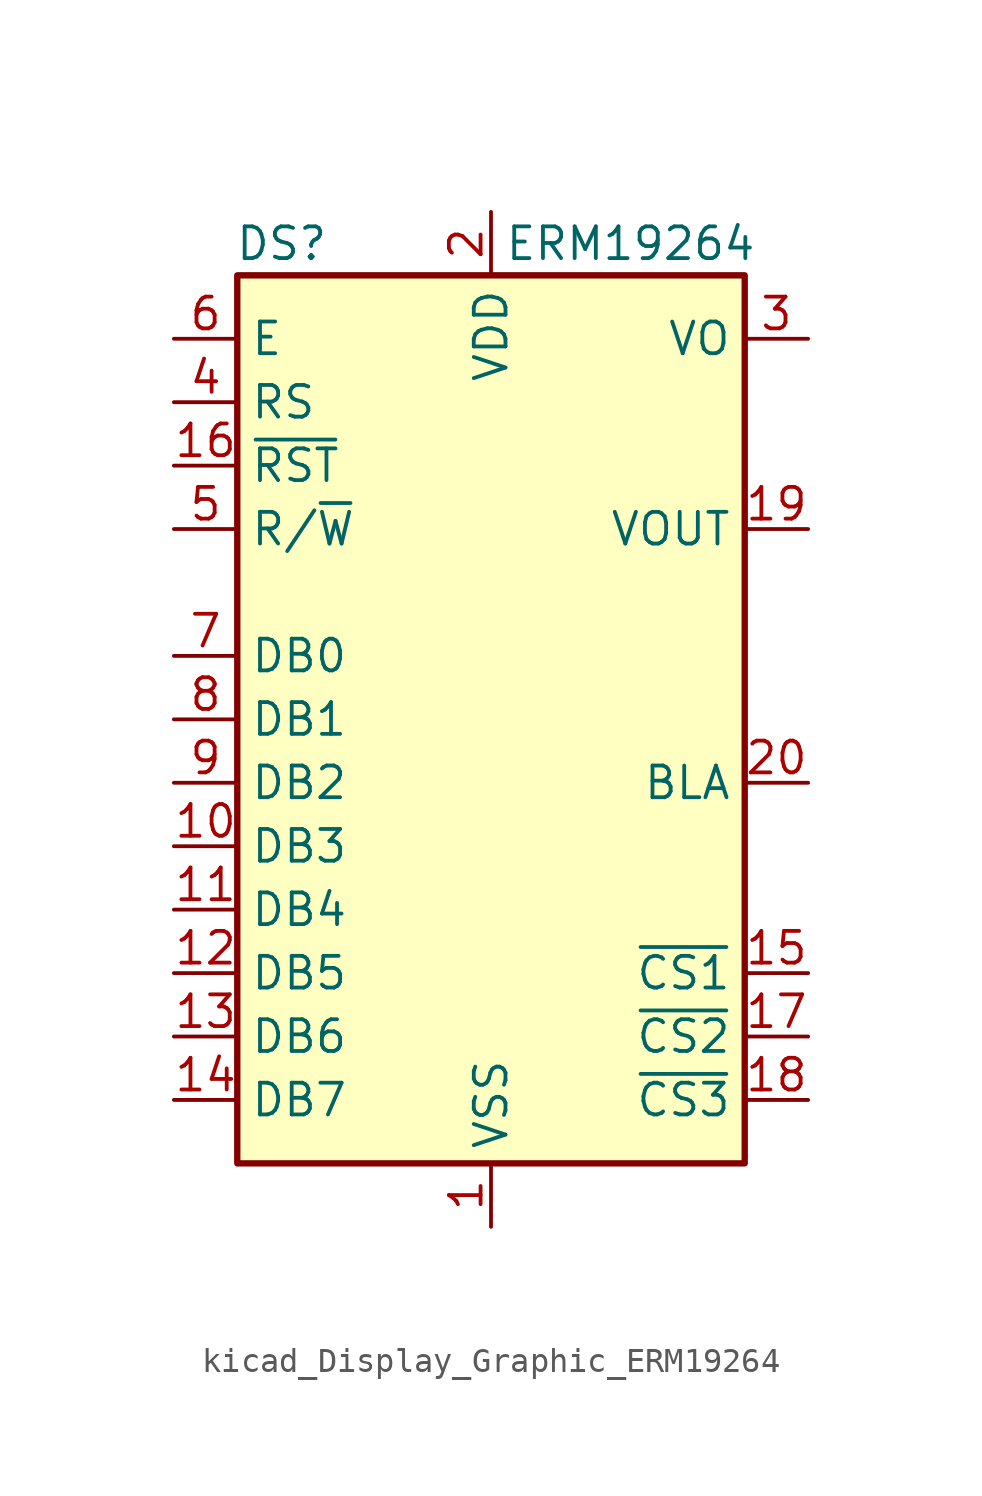
<source format=kicad_sym>
(kicad_symbol_lib
  (version 20220914)
  (generator kicad_symbol_editor)
  (symbol "kicad_Display_Graphic_ERM19264"
    (property "Reference" "DS"
      (at -8.382 19.05 0)
      (effects (font (size 1.27 1.27))))
    (property "Value" "ERM19264"
      (at 5.588 19.05 0)
      (effects (font (size 1.27 1.27))))
    (symbol "kicad_Display_Graphic_ERM19264_0_0"
      (pin input line (at 12.7 -15.24 180) (length 2.54) (name "~{CS3}" (effects (font (size 1.27 1.27)))) (number "18" (effects (font (size 1.27 1.27))))))
    (symbol "kicad_Display_Graphic_ERM19264_0_1"
      (rectangle (start -10.16 17.78) (end 10.16 -17.78) (stroke (width 0.254) (type default)) (fill (type background))))
    (symbol "kicad_Display_Graphic_ERM19264_1_1"
      (pin power_in line (at 0 -20.32 90) (length 2.54) (name "VSS" (effects (font (size 1.27 1.27)))) (number "1" (effects (font (size 1.27 1.27)))))
      (pin bidirectional line (at -12.7 -5.08 0) (length 2.54) (name "DB3" (effects (font (size 1.27 1.27)))) (number "10" (effects (font (size 1.27 1.27)))))
      (pin bidirectional line (at -12.7 -7.62 0) (length 2.54) (name "DB4" (effects (font (size 1.27 1.27)))) (number "11" (effects (font (size 1.27 1.27)))))
      (pin bidirectional line (at -12.7 -10.16 0) (length 2.54) (name "DB5" (effects (font (size 1.27 1.27)))) (number "12" (effects (font (size 1.27 1.27)))))
      (pin bidirectional line (at -12.7 -12.7 0) (length 2.54) (name "DB6" (effects (font (size 1.27 1.27)))) (number "13" (effects (font (size 1.27 1.27)))))
      (pin bidirectional line (at -12.7 -15.24 0) (length 2.54) (name "DB7" (effects (font (size 1.27 1.27)))) (number "14" (effects (font (size 1.27 1.27)))))
      (pin input line (at 12.7 -10.16 180) (length 2.54) (name "~{CS1}" (effects (font (size 1.27 1.27)))) (number "15" (effects (font (size 1.27 1.27)))))
      (pin input line (at -12.7 10.16 0) (length 2.54) (name "~{RST}" (effects (font (size 1.27 1.27)))) (number "16" (effects (font (size 1.27 1.27)))))
      (pin input line (at 12.7 -12.7 180) (length 2.54) (name "~{CS2}" (effects (font (size 1.27 1.27)))) (number "17" (effects (font (size 1.27 1.27)))))
      (pin passive line (at 12.7 7.62 180) (length 2.54) (name "VOUT" (effects (font (size 1.27 1.27)))) (number "19" (effects (font (size 1.27 1.27)))))
      (pin power_in line (at 0 20.32 270) (length 2.54) (name "VDD" (effects (font (size 1.27 1.27)))) (number "2" (effects (font (size 1.27 1.27)))))
      (pin passive line (at 12.7 -2.54 180) (length 2.54) (name "BLA" (effects (font (size 1.27 1.27)))) (number "20" (effects (font (size 1.27 1.27)))))
      (pin passive line (at 12.7 15.24 180) (length 2.54) (name "VO" (effects (font (size 1.27 1.27)))) (number "3" (effects (font (size 1.27 1.27)))))
      (pin input line (at -12.7 12.7 0) (length 2.54) (name "RS" (effects (font (size 1.27 1.27)))) (number "4" (effects (font (size 1.27 1.27)))))
      (pin input line (at -12.7 7.62 0) (length 2.54) (name "R/~{W}" (effects (font (size 1.27 1.27)))) (number "5" (effects (font (size 1.27 1.27)))))
      (pin input line (at -12.7 15.24 0) (length 2.54) (name "E" (effects (font (size 1.27 1.27)))) (number "6" (effects (font (size 1.27 1.27)))))
      (pin bidirectional line (at -12.7 2.54 0) (length 2.54) (name "DB0" (effects (font (size 1.27 1.27)))) (number "7" (effects (font (size 1.27 1.27)))))
      (pin bidirectional line (at -12.7 0 0) (length 2.54) (name "DB1" (effects (font (size 1.27 1.27)))) (number "8" (effects (font (size 1.27 1.27)))))
      (pin bidirectional line (at -12.7 -2.54 0) (length 2.54) (name "DB2" (effects (font (size 1.27 1.27)))) (number "9" (effects (font (size 1.27 1.27))))))))
</source>
